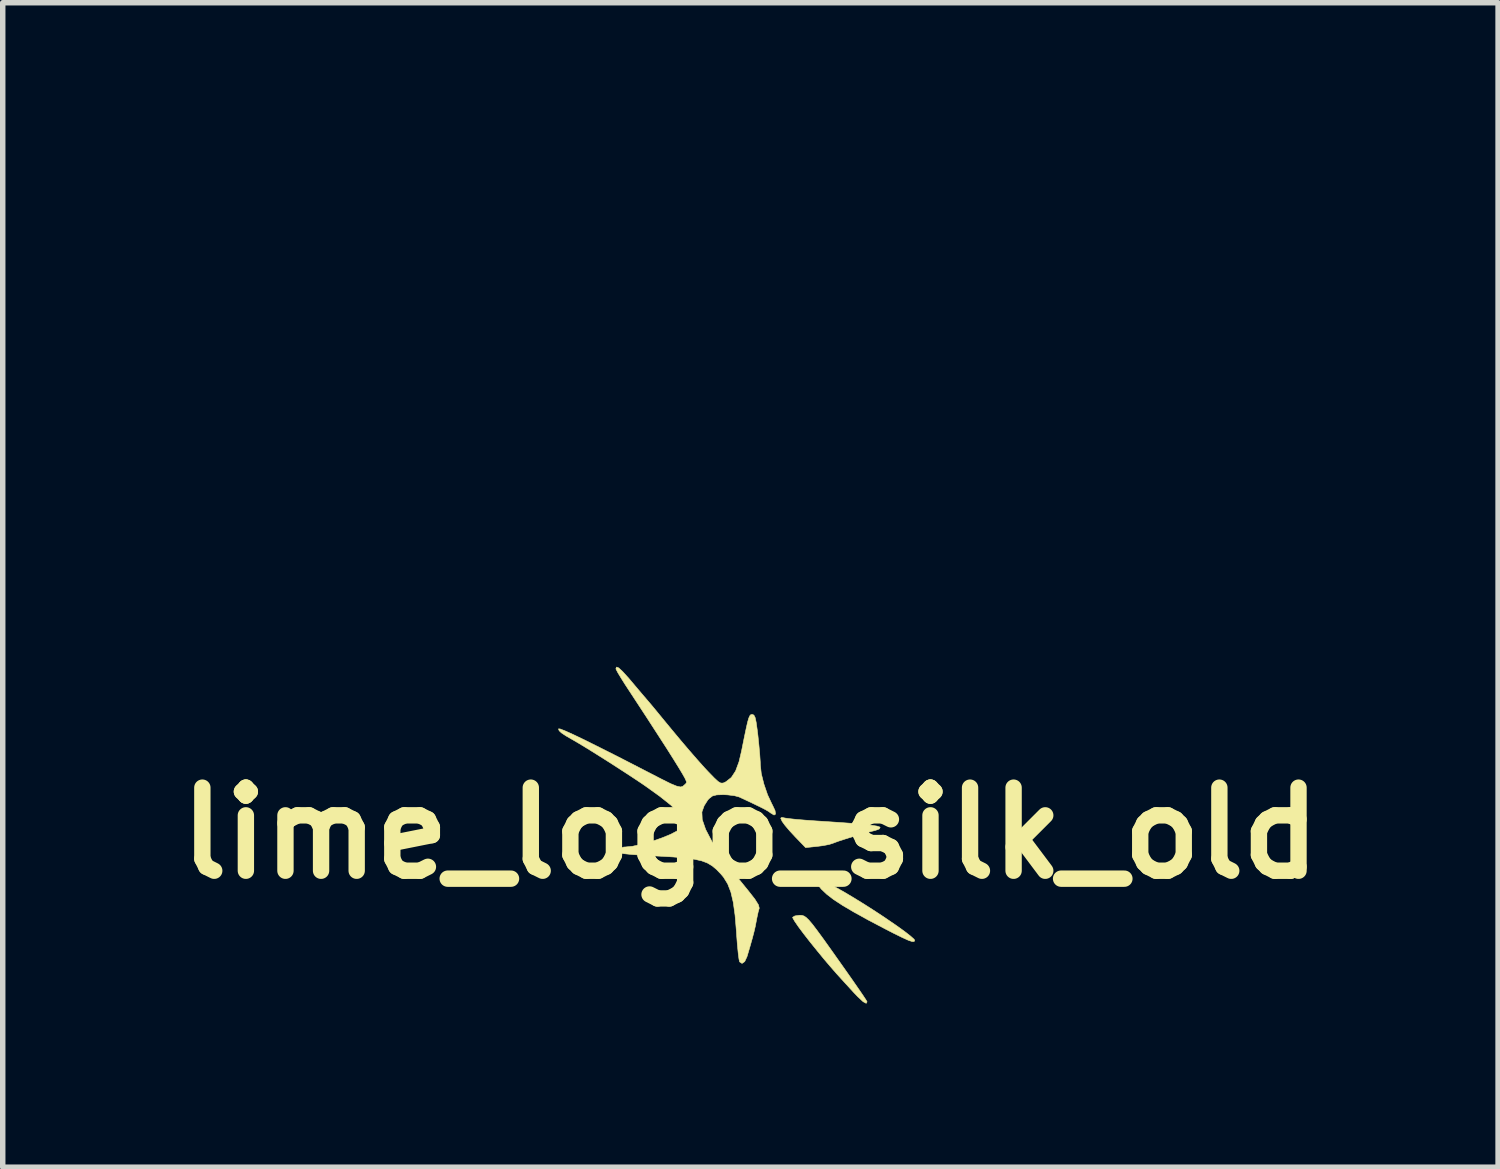
<source format=kicad_pcb>
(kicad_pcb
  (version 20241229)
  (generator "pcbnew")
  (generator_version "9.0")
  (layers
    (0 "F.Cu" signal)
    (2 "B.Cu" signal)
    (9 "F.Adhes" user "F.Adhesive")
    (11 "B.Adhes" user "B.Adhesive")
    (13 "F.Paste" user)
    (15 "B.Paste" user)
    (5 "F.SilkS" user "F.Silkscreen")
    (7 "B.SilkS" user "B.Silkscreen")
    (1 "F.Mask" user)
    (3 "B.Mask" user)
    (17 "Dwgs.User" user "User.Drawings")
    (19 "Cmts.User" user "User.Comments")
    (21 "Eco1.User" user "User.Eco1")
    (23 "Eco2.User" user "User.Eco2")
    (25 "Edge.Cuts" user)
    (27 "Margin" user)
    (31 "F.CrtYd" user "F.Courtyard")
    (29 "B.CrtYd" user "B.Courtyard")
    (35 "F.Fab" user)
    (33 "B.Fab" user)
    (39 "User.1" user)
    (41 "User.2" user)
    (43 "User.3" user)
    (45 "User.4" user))
  (footprint "lime_logo_silk_old"
    (layer "F.Cu")
    (at 10.712 12.229)
    (property "Reference" "lime_logo_silk_old" (at 0 0 0) (layer "F.SilkS") (effects (font (size 1.524 1.524) (thickness 0.3))))
    (attr through_hole)
    (fp_poly (pts (xy 1.251 0.843) (xy 1.359 0.888) (xy 1.523 0.971) (xy 1.551 0.986) (xy 1.72 1.081) (xy 1.909 1.194) (xy 2.109 1.318) (xy 2.31 1.447) (xy 2.502 1.575) (xy 2.677 1.695) (xy 2.825 1.801) (xy 2.935 1.887) (xy 3 1.945) (xy 3.012 1.965) (xy 3.002 1.987) (xy 2.966 1.988) (xy 2.897 1.965) (xy 2.787 1.915) (xy 2.626 1.836) (xy 2.486 1.764) (xy 2.164 1.595) (xy 1.902 1.45) (xy 1.691 1.326) (xy 1.526 1.218) (xy 1.399 1.12) (xy 1.302 1.028) (xy 1.235 0.945) (xy 1.192 0.873) (xy 1.196 0.839) (xy 1.251 0.843)) (stroke (width 0.01) (type solid)) (fill yes) (layer "F.SilkS"))
    (fp_poly (pts (xy 0.64 -0.276) (xy 0.713 -0.266) (xy 0.842 -0.252) (xy 1.011 -0.238) (xy 1.206 -0.224) (xy 1.288 -0.219) (xy 1.618 -0.197) (xy 1.881 -0.178) (xy 2.083 -0.161) (xy 2.228 -0.144) (xy 2.322 -0.129) (xy 2.37 -0.113) (xy 2.379 -0.106) (xy 2.362 -0.077) (xy 2.297 -0.052) (xy 2.187 -0.024) (xy 2.044 0.015) (xy 1.887 0.061) (xy 1.736 0.108) (xy 1.61 0.149) (xy 1.529 0.179) (xy 1.514 0.185) (xy 1.445 0.207) (xy 1.331 0.229) (xy 1.231 0.242) (xy 1.012 0.265) (xy 0.818 0.064) (xy 0.718 -0.044) (xy 0.634 -0.143) (xy 0.583 -0.213) (xy 0.58 -0.218) (xy 0.555 -0.275) (xy 0.576 -0.289) (xy 0.64 -0.276)) (stroke (width 0.01) (type solid)) (fill yes) (layer "F.SilkS"))
    (fp_poly (pts (xy 0.946 1.508) (xy 0.983 1.52) (xy 1.023 1.547) (xy 1.074 1.597) (xy 1.14 1.675) (xy 1.227 1.79) (xy 1.342 1.947) (xy 1.489 2.153) (xy 1.583 2.286) (xy 1.731 2.495) (xy 1.865 2.686) (xy 1.978 2.849) (xy 2.065 2.976) (xy 2.121 3.061) (xy 2.139 3.093) (xy 2.123 3.121) (xy 2.067 3.091) (xy 1.971 3.002) (xy 1.901 2.929) (xy 1.727 2.739) (xy 1.588 2.586) (xy 1.469 2.45) (xy 1.354 2.315) (xy 1.23 2.164) (xy 1.095 1.997) (xy 0.978 1.847) (xy 0.881 1.717) (xy 0.811 1.615) (xy 0.776 1.554) (xy 0.774 1.543) (xy 0.815 1.518) (xy 0.898 1.506) (xy 0.908 1.506) (xy 0.946 1.508)) (stroke (width 0.01) (type solid)) (fill yes) (layer "F.SilkS"))
    (fp_poly (pts (xy -2.415 -3.03) (xy -2.343 -2.963) (xy -2.234 -2.843) (xy -2.174 -2.772) (xy -2.071 -2.65) (xy -1.983 -2.546) (xy -1.922 -2.475) (xy -1.904 -2.454) (xy -1.87 -2.414) (xy -1.797 -2.328) (xy -1.695 -2.204) (xy -1.571 -2.053) (xy -1.434 -1.887) (xy -1.278 -1.7) (xy -1.119 -1.513) (xy -0.971 -1.343) (xy -0.845 -1.202) (xy -0.773 -1.125) (xy -0.665 -1.014) (xy -0.593 -0.947) (xy -0.543 -0.918) (xy -0.502 -0.918) (xy -0.456 -0.939) (xy -0.447 -0.944) (xy -0.35 -1.021) (xy -0.272 -1.14) (xy -0.209 -1.31) (xy -0.163 -1.506) (xy -0.116 -1.74) (xy -0.08 -1.912) (xy -0.053 -2.032) (xy -0.031 -2.109) (xy -0.012 -2.152) (xy 0.006 -2.172) (xy 0.028 -2.177) (xy 0.035 -2.177) (xy 0.063 -2.165) (xy 0.086 -2.121) (xy 0.105 -2.034) (xy 0.125 -1.892) (xy 0.138 -1.785) (xy 0.156 -1.608) (xy 0.171 -1.441) (xy 0.18 -1.309) (xy 0.182 -1.25) (xy 0.199 -1.092) (xy 0.247 -0.9) (xy 0.314 -0.704) (xy 0.394 -0.533) (xy 0.402 -0.519) (xy 0.451 -0.415) (xy 0.461 -0.35) (xy 0.434 -0.332) (xy 0.372 -0.369) (xy 0.334 -0.397) (xy 0.274 -0.432) (xy 0.182 -0.479) (xy 0.048 -0.544) (xy -0.139 -0.632) (xy -0.211 -0.665) (xy -0.294 -0.687) (xy -0.417 -0.702) (xy -0.495 -0.706) (xy -0.618 -0.702) (xy -0.696 -0.682) (xy -0.757 -0.635) (xy -0.782 -0.608) (xy -0.849 -0.502) (xy -0.89 -0.388) (xy -0.89 -0.387) (xy -0.884 -0.249) (xy -0.821 -0.067) (xy -0.704 0.157) (xy -0.531 0.423) (xy -0.306 0.728) (xy -0.029 1.069) (xy 0.082 1.211) (xy 0.147 1.315) (xy 0.162 1.376) (xy 0.161 1.378) (xy 0.142 1.445) (xy 0.119 1.552) (xy 0.107 1.615) (xy 0.089 1.71) (xy 0.066 1.809) (xy 0.035 1.927) (xy -0.009 2.083) (xy -0.063 2.265) (xy -0.105 2.355) (xy -0.154 2.389) (xy -0.199 2.36) (xy -0.199 2.359) (xy -0.21 2.31) (xy -0.224 2.203) (xy -0.239 2.052) (xy -0.253 1.871) (xy -0.257 1.804) (xy -0.282 1.505) (xy -0.315 1.268) (xy -0.359 1.08) (xy -0.417 0.931) (xy -0.492 0.809) (xy -0.538 0.754) (xy -0.62 0.668) (xy -0.7 0.601) (xy -0.788 0.548) (xy -0.894 0.508) (xy -1.029 0.478) (xy -1.202 0.455) (xy -1.424 0.436) (xy -1.703 0.42) (xy -1.839 0.413) (xy -2.027 0.402) (xy -2.191 0.39) (xy -2.316 0.377) (xy -2.388 0.365) (xy -2.397 0.361) (xy -2.425 0.32) (xy -2.395 0.279) (xy -2.324 0.255) (xy -2.297 0.254) (xy -2.166 0.241) (xy -1.998 0.205) (xy -1.813 0.153) (xy -1.631 0.09) (xy -1.469 0.024) (xy -1.347 -0.039) (xy -1.297 -0.076) (xy -1.233 -0.147) (xy -1.215 -0.198) (xy -1.237 -0.26) (xy -1.247 -0.28) (xy -1.324 -0.385) (xy -1.463 -0.517) (xy -1.664 -0.677) (xy -1.929 -0.867) (xy -1.996 -0.913) (xy -2.169 -1.028) (xy -2.37 -1.159) (xy -2.584 -1.297) (xy -2.796 -1.431) (xy -2.99 -1.552) (xy -3.152 -1.65) (xy -3.246 -1.705) (xy -3.383 -1.784) (xy -3.466 -1.839) (xy -3.508 -1.879) (xy -3.52 -1.912) (xy -3.52 -1.913) (xy -3.49 -1.911) (xy -3.402 -1.877) (xy -3.253 -1.81) (xy -3.044 -1.71) (xy -2.773 -1.575) (xy -2.441 -1.408) (xy -2.046 -1.205) (xy -1.621 -0.986) (xy -1.462 -0.907) (xy -1.352 -0.862) (xy -1.282 -0.847) (xy -1.242 -0.857) (xy -1.187 -0.905) (xy -1.172 -0.929) (xy -1.177 -0.954) (xy -1.2 -1.006) (xy -1.246 -1.088) (xy -1.316 -1.204) (xy -1.412 -1.359) (xy -1.537 -1.557) (xy -1.694 -1.8) (xy -1.884 -2.094) (xy -2.111 -2.441) (xy -2.292 -2.717) (xy -2.37 -2.841) (xy -2.431 -2.942) (xy -2.464 -3.005) (xy -2.467 -3.017) (xy -2.455 -3.046) (xy -2.415 -3.03)) (stroke (width 0.01) (type solid)) (fill yes) (layer "F.SilkS")))
  (footprint "lime_logo_silk"
    (layer "F.Cu")
    (at 8.353 3.051)
    (property "Reference" "lime_logo_silk" (at 0 0 0) (layer "F.Mask") (effects (font (size 1.524 1.524) (thickness 0.3))))
    (attr through_hole)
    (fp_poly (pts (xy 1.251 0.843) (xy 1.359 0.888) (xy 1.523 0.971) (xy 1.551 0.986) (xy 1.72 1.081) (xy 1.909 1.194) (xy 2.109 1.318) (xy 2.31 1.447) (xy 2.502 1.575) (xy 2.677 1.695) (xy 2.825 1.801) (xy 2.935 1.887) (xy 3 1.945) (xy 3.012 1.965) (xy 3.002 1.987) (xy 2.966 1.988) (xy 2.897 1.965) (xy 2.787 1.915) (xy 2.626 1.836) (xy 2.486 1.764) (xy 2.164 1.595) (xy 1.902 1.45) (xy 1.691 1.326) (xy 1.526 1.218) (xy 1.399 1.12) (xy 1.302 1.028) (xy 1.235 0.945) (xy 1.192 0.873) (xy 1.196 0.839) (xy 1.251 0.843)) (stroke (width 0.01) (type solid)) (fill yes) (layer "F.Mask"))
    (fp_poly (pts (xy 0.64 -0.276) (xy 0.713 -0.266) (xy 0.842 -0.252) (xy 1.011 -0.238) (xy 1.206 -0.224) (xy 1.288 -0.219) (xy 1.618 -0.197) (xy 1.881 -0.178) (xy 2.083 -0.161) (xy 2.228 -0.144) (xy 2.322 -0.129) (xy 2.37 -0.113) (xy 2.379 -0.106) (xy 2.362 -0.077) (xy 2.297 -0.052) (xy 2.187 -0.024) (xy 2.044 0.015) (xy 1.887 0.061) (xy 1.736 0.108) (xy 1.61 0.149) (xy 1.529 0.179) (xy 1.514 0.185) (xy 1.445 0.207) (xy 1.331 0.229) (xy 1.231 0.242) (xy 1.012 0.265) (xy 0.818 0.064) (xy 0.718 -0.044) (xy 0.634 -0.143) (xy 0.583 -0.213) (xy 0.58 -0.218) (xy 0.555 -0.275) (xy 0.576 -0.289) (xy 0.64 -0.276)) (stroke (width 0.01) (type solid)) (fill yes) (layer "F.Mask"))
    (fp_poly (pts (xy 0.946 1.508) (xy 0.983 1.52) (xy 1.023 1.547) (xy 1.074 1.597) (xy 1.14 1.675) (xy 1.227 1.79) (xy 1.342 1.947) (xy 1.489 2.153) (xy 1.583 2.286) (xy 1.731 2.495) (xy 1.865 2.686) (xy 1.978 2.849) (xy 2.065 2.976) (xy 2.121 3.061) (xy 2.139 3.093) (xy 2.123 3.121) (xy 2.067 3.091) (xy 1.971 3.002) (xy 1.901 2.929) (xy 1.727 2.739) (xy 1.588 2.586) (xy 1.469 2.45) (xy 1.354 2.315) (xy 1.23 2.164) (xy 1.095 1.997) (xy 0.978 1.847) (xy 0.881 1.717) (xy 0.811 1.615) (xy 0.776 1.554) (xy 0.774 1.543) (xy 0.815 1.518) (xy 0.898 1.506) (xy 0.908 1.506) (xy 0.946 1.508)) (stroke (width 0.01) (type solid)) (fill yes) (layer "F.Mask"))
    (fp_poly (pts (xy -2.415 -3.03) (xy -2.343 -2.963) (xy -2.234 -2.843) (xy -2.174 -2.772) (xy -2.071 -2.65) (xy -1.983 -2.546) (xy -1.922 -2.475) (xy -1.904 -2.454) (xy -1.87 -2.414) (xy -1.797 -2.328) (xy -1.695 -2.204) (xy -1.571 -2.053) (xy -1.434 -1.887) (xy -1.278 -1.7) (xy -1.119 -1.513) (xy -0.971 -1.343) (xy -0.845 -1.202) (xy -0.773 -1.125) (xy -0.665 -1.014) (xy -0.593 -0.947) (xy -0.543 -0.918) (xy -0.502 -0.918) (xy -0.456 -0.939) (xy -0.447 -0.944) (xy -0.35 -1.021) (xy -0.272 -1.14) (xy -0.209 -1.31) (xy -0.163 -1.506) (xy -0.116 -1.74) (xy -0.08 -1.912) (xy -0.053 -2.032) (xy -0.031 -2.109) (xy -0.012 -2.152) (xy 0.006 -2.172) (xy 0.028 -2.177) (xy 0.035 -2.177) (xy 0.063 -2.165) (xy 0.086 -2.121) (xy 0.105 -2.034) (xy 0.125 -1.892) (xy 0.138 -1.785) (xy 0.156 -1.608) (xy 0.171 -1.441) (xy 0.18 -1.309) (xy 0.182 -1.25) (xy 0.199 -1.092) (xy 0.247 -0.9) (xy 0.314 -0.704) (xy 0.394 -0.533) (xy 0.402 -0.519) (xy 0.451 -0.415) (xy 0.461 -0.35) (xy 0.434 -0.332) (xy 0.372 -0.369) (xy 0.334 -0.397) (xy 0.274 -0.432) (xy 0.182 -0.479) (xy 0.048 -0.544) (xy -0.139 -0.632) (xy -0.211 -0.665) (xy -0.294 -0.687) (xy -0.417 -0.702) (xy -0.495 -0.706) (xy -0.618 -0.702) (xy -0.696 -0.682) (xy -0.757 -0.635) (xy -0.782 -0.608) (xy -0.849 -0.502) (xy -0.89 -0.388) (xy -0.89 -0.387) (xy -0.884 -0.249) (xy -0.821 -0.067) (xy -0.704 0.157) (xy -0.531 0.423) (xy -0.306 0.728) (xy -0.029 1.069) (xy 0.082 1.211) (xy 0.147 1.315) (xy 0.162 1.376) (xy 0.161 1.378) (xy 0.142 1.445) (xy 0.119 1.552) (xy 0.107 1.615) (xy 0.089 1.71) (xy 0.066 1.809) (xy 0.035 1.927) (xy -0.009 2.083) (xy -0.063 2.265) (xy -0.105 2.355) (xy -0.154 2.389) (xy -0.199 2.36) (xy -0.199 2.359) (xy -0.21 2.31) (xy -0.224 2.203) (xy -0.239 2.052) (xy -0.253 1.871) (xy -0.257 1.804) (xy -0.282 1.505) (xy -0.315 1.268) (xy -0.359 1.08) (xy -0.417 0.931) (xy -0.492 0.809) (xy -0.538 0.754) (xy -0.62 0.668) (xy -0.7 0.601) (xy -0.788 0.548) (xy -0.894 0.508) (xy -1.029 0.478) (xy -1.202 0.455) (xy -1.424 0.436) (xy -1.703 0.42) (xy -1.839 0.413) (xy -2.027 0.402) (xy -2.191 0.39) (xy -2.316 0.377) (xy -2.388 0.365) (xy -2.397 0.361) (xy -2.425 0.32) (xy -2.395 0.279) (xy -2.324 0.255) (xy -2.297 0.254) (xy -2.166 0.241) (xy -1.998 0.205) (xy -1.813 0.153) (xy -1.631 0.09) (xy -1.469 0.024) (xy -1.347 -0.039) (xy -1.297 -0.076) (xy -1.233 -0.147) (xy -1.215 -0.198) (xy -1.237 -0.26) (xy -1.247 -0.28) (xy -1.324 -0.385) (xy -1.463 -0.517) (xy -1.664 -0.677) (xy -1.929 -0.867) (xy -1.996 -0.913) (xy -2.169 -1.028) (xy -2.37 -1.159) (xy -2.584 -1.297) (xy -2.796 -1.431) (xy -2.99 -1.552) (xy -3.152 -1.65) (xy -3.246 -1.705) (xy -3.383 -1.784) (xy -3.466 -1.839) (xy -3.508 -1.879) (xy -3.52 -1.912) (xy -3.52 -1.913) (xy -3.49 -1.911) (xy -3.402 -1.877) (xy -3.253 -1.81) (xy -3.044 -1.71) (xy -2.773 -1.575) (xy -2.441 -1.408) (xy -2.046 -1.205) (xy -1.621 -0.986) (xy -1.462 -0.907) (xy -1.352 -0.862) (xy -1.282 -0.847) (xy -1.242 -0.857) (xy -1.187 -0.905) (xy -1.172 -0.929) (xy -1.177 -0.954) (xy -1.2 -1.006) (xy -1.246 -1.088) (xy -1.316 -1.204) (xy -1.412 -1.359) (xy -1.537 -1.557) (xy -1.694 -1.8) (xy -1.884 -2.094) (xy -2.111 -2.441) (xy -2.292 -2.717) (xy -2.37 -2.841) (xy -2.431 -2.942) (xy -2.464 -3.005) (xy -2.467 -3.017) (xy -2.455 -3.046) (xy -2.415 -3.03)) (stroke (width 0.01) (type solid)) (fill yes) (layer "F.Mask")))
  (gr_rect
    (start -3 -3)
    (end 24.423 18.355)
    (stroke (width 0.1) (type default))
    (fill no)
    (layer "Edge.Cuts")))
</source>
